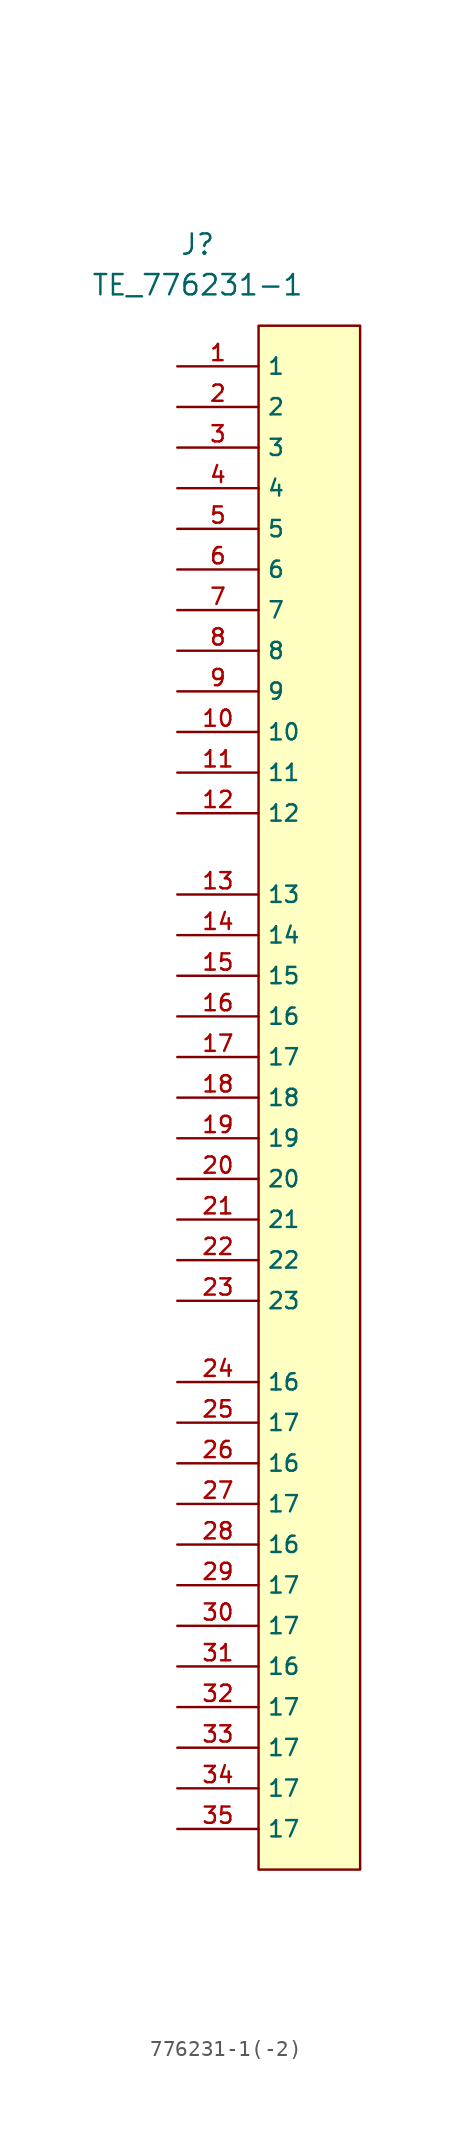
<source format=kicad_sym>
(kicad_symbol_lib
  (version 20220914)
  (generator kicad_symbol_editor)
  (symbol "776231-1(-2)"
    (property "Reference" "J"
      (at 1.27 7.62 0)
      (effects (font (size 1.27 1.27))))
    (property "Value" "TE_776231-1"
      (at 1.27 5.08 0)
      (effects (font (size 1.27 1.27))))
    (symbol "776231-1(-2)_1_0"
      (pin passive line (at 0 0 0) (length 5.08) (name "1" (effects (font (size 1.016 1.016)))) (number "1" (effects (font (size 1.016 1.016)))))
      (pin passive line (at 0 -22.86 0) (length 5.08) (name "10" (effects (font (size 1.016 1.016)))) (number "10" (effects (font (size 1.016 1.016)))))
      (pin passive line (at 0 -25.4 0) (length 5.08) (name "11" (effects (font (size 1.016 1.016)))) (number "11" (effects (font (size 1.016 1.016)))))
      (pin passive line (at 0 -27.94 0) (length 5.08) (name "12" (effects (font (size 1.016 1.016)))) (number "12" (effects (font (size 1.016 1.016)))))
      (pin passive line (at 0 -33.02 0) (length 5.08) (name "13" (effects (font (size 1.016 1.016)))) (number "13" (effects (font (size 1.016 1.016)))))
      (pin passive line (at 0 -35.56 0) (length 5.08) (name "14" (effects (font (size 1.016 1.016)))) (number "14" (effects (font (size 1.016 1.016)))))
      (pin passive line (at 0 -38.1 0) (length 5.08) (name "15" (effects (font (size 1.016 1.016)))) (number "15" (effects (font (size 1.016 1.016)))))
      (pin passive line (at 0 -40.64 0) (length 5.08) (name "16" (effects (font (size 1.016 1.016)))) (number "16" (effects (font (size 1.016 1.016)))))
      (pin passive line (at 0 -43.18 0) (length 5.08) (name "17" (effects (font (size 1.016 1.016)))) (number "17" (effects (font (size 1.016 1.016)))))
      (pin passive line (at 0 -45.72 0) (length 5.08) (name "18" (effects (font (size 1.016 1.016)))) (number "18" (effects (font (size 1.016 1.016)))))
      (pin passive line (at 0 -48.26 0) (length 5.08) (name "19" (effects (font (size 1.016 1.016)))) (number "19" (effects (font (size 1.016 1.016)))))
      (pin passive line (at 0 -2.54 0) (length 5.08) (name "2" (effects (font (size 1.016 1.016)))) (number "2" (effects (font (size 1.016 1.016)))))
      (pin passive line (at 0 -50.8 0) (length 5.08) (name "20" (effects (font (size 1.016 1.016)))) (number "20" (effects (font (size 1.016 1.016)))))
      (pin passive line (at 0 -53.34 0) (length 5.08) (name "21" (effects (font (size 1.016 1.016)))) (number "21" (effects (font (size 1.016 1.016)))))
      (pin passive line (at 0 -55.88 0) (length 5.08) (name "22" (effects (font (size 1.016 1.016)))) (number "22" (effects (font (size 1.016 1.016)))))
      (pin passive line (at 0 -58.42 0) (length 5.08) (name "23" (effects (font (size 1.016 1.016)))) (number "23" (effects (font (size 1.016 1.016)))))
      (pin passive line (at 0 -63.5 0) (length 5.08) (name "16" (effects (font (size 1.016 1.016)))) (number "24" (effects (font (size 1.016 1.016)))))
      (pin passive line (at 0 -66.04 0) (length 5.08) (name "17" (effects (font (size 1.016 1.016)))) (number "25" (effects (font (size 1.016 1.016)))))
      (pin passive line (at 0 -68.58 0) (length 5.08) (name "16" (effects (font (size 1.016 1.016)))) (number "26" (effects (font (size 1.016 1.016)))))
      (pin passive line (at 0 -71.12 0) (length 5.08) (name "17" (effects (font (size 1.016 1.016)))) (number "27" (effects (font (size 1.016 1.016)))))
      (pin passive line (at 0 -73.66 0) (length 5.08) (name "16" (effects (font (size 1.016 1.016)))) (number "28" (effects (font (size 1.016 1.016)))))
      (pin passive line (at 0 -76.2 0) (length 5.08) (name "17" (effects (font (size 1.016 1.016)))) (number "29" (effects (font (size 1.016 1.016)))))
      (pin passive line (at 0 -5.08 0) (length 5.08) (name "3" (effects (font (size 1.016 1.016)))) (number "3" (effects (font (size 1.016 1.016)))))
      (pin passive line (at 0 -78.74 0) (length 5.08) (name "17" (effects (font (size 1.016 1.016)))) (number "30" (effects (font (size 1.016 1.016)))))
      (pin passive line (at 0 -81.28 0) (length 5.08) (name "16" (effects (font (size 1.016 1.016)))) (number "31" (effects (font (size 1.016 1.016)))))
      (pin passive line (at 0 -83.82 0) (length 5.08) (name "17" (effects (font (size 1.016 1.016)))) (number "32" (effects (font (size 1.016 1.016)))))
      (pin passive line (at 0 -86.36 0) (length 5.08) (name "17" (effects (font (size 1.016 1.016)))) (number "33" (effects (font (size 1.016 1.016)))))
      (pin passive line (at 0 -88.9 0) (length 5.08) (name "17" (effects (font (size 1.016 1.016)))) (number "34" (effects (font (size 1.016 1.016)))))
      (pin passive line (at 0 -91.44 0) (length 5.08) (name "17" (effects (font (size 1.016 1.016)))) (number "35" (effects (font (size 1.016 1.016)))))
      (pin passive line (at 0 -7.62 0) (length 5.08) (name "4" (effects (font (size 1.016 1.016)))) (number "4" (effects (font (size 1.016 1.016)))))
      (pin passive line (at 0 -10.16 0) (length 5.08) (name "5" (effects (font (size 1.016 1.016)))) (number "5" (effects (font (size 1.016 1.016)))))
      (pin passive line (at 0 -12.7 0) (length 5.08) (name "6" (effects (font (size 1.016 1.016)))) (number "6" (effects (font (size 1.016 1.016)))))
      (pin passive line (at 0 -15.24 0) (length 5.08) (name "7" (effects (font (size 1.016 1.016)))) (number "7" (effects (font (size 1.016 1.016)))))
      (pin passive line (at 0 -17.78 0) (length 5.08) (name "8" (effects (font (size 1.016 1.016)))) (number "8" (effects (font (size 1.016 1.016)))))
      (pin passive line (at 0 -20.32 0) (length 5.08) (name "9" (effects (font (size 1.016 1.016)))) (number "9" (effects (font (size 1.016 1.016))))))
    (symbol "776231-1(-2)_1_1"
      (rectangle (start 5.08 2.54) (end 11.43 -93.98) (stroke (width 0) (type default)) (fill (type background))))))
</source>
